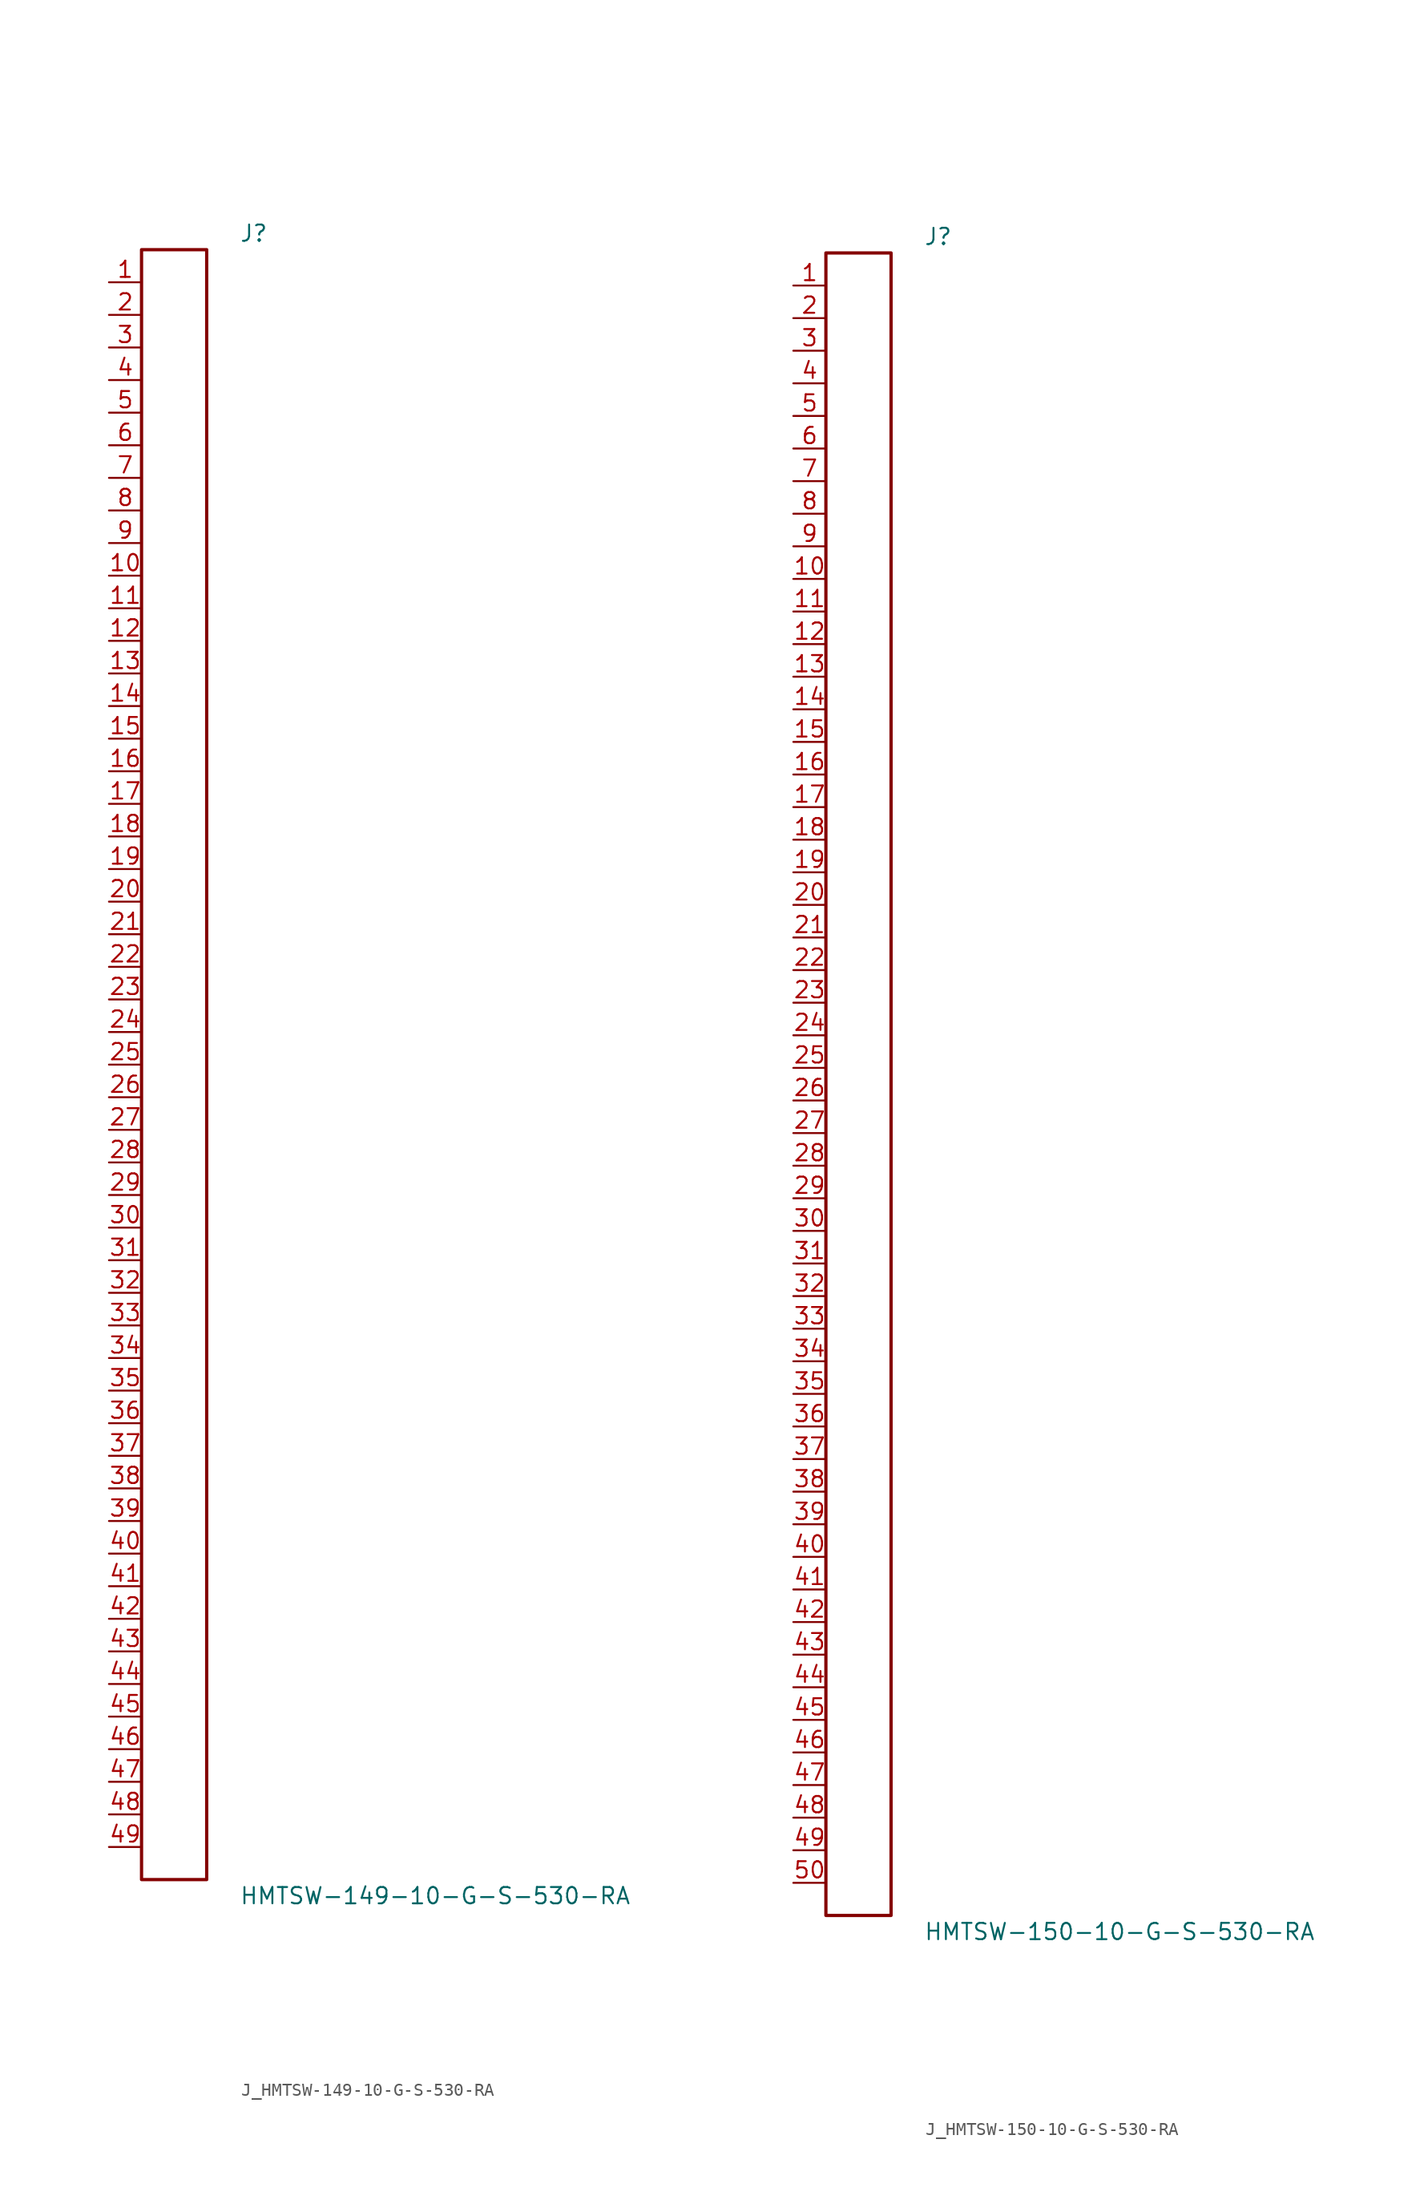
<source format=kicad_sym>
(kicad_symbol_lib
  (version 20231120)
  (generator kicad_symbol_editor)
  (generator_version 8.0)
  (symbol "J_HMTSW-149-10-G-S-530-RA"
    (pin_names
      (offset 0.254))
    (property "Reference" "J"
      (at 5.08 64.77 0)
      (effects (font (size 1.27 1.27)) (justify left)))
    (property "Value" "HMTSW-149-10-G-S-530-RA"
      (at 5.08 -64.77 0)
      (effects (font (size 1.27 1.27)) (justify left)))
    (symbol "J_HMTSW-149-10-G-S-530-RA_0_0"
      (pin unspecified line (at -5.08 60.96 0) (length 2.54) (name "" (effects (font (size 1.27 1.27)))) (number "1" (effects (font (size 1.27 1.27)))))
      (pin unspecified line (at -5.08 58.42 0) (length 2.54) (name "" (effects (font (size 1.27 1.27)))) (number "2" (effects (font (size 1.27 1.27)))))
      (pin unspecified line (at -5.08 55.88 0) (length 2.54) (name "" (effects (font (size 1.27 1.27)))) (number "3" (effects (font (size 1.27 1.27)))))
      (pin unspecified line (at -5.08 53.34 0) (length 2.54) (name "" (effects (font (size 1.27 1.27)))) (number "4" (effects (font (size 1.27 1.27)))))
      (pin unspecified line (at -5.08 50.8 0) (length 2.54) (name "" (effects (font (size 1.27 1.27)))) (number "5" (effects (font (size 1.27 1.27)))))
      (pin unspecified line (at -5.08 48.26 0) (length 2.54) (name "" (effects (font (size 1.27 1.27)))) (number "6" (effects (font (size 1.27 1.27)))))
      (pin unspecified line (at -5.08 45.72 0) (length 2.54) (name "" (effects (font (size 1.27 1.27)))) (number "7" (effects (font (size 1.27 1.27)))))
      (pin unspecified line (at -5.08 43.18 0) (length 2.54) (name "" (effects (font (size 1.27 1.27)))) (number "8" (effects (font (size 1.27 1.27)))))
      (pin unspecified line (at -5.08 40.64 0) (length 2.54) (name "" (effects (font (size 1.27 1.27)))) (number "9" (effects (font (size 1.27 1.27)))))
      (pin unspecified line (at -5.08 38.1 0) (length 2.54) (name "" (effects (font (size 1.27 1.27)))) (number "10" (effects (font (size 1.27 1.27)))))
      (pin unspecified line (at -5.08 35.56 0) (length 2.54) (name "" (effects (font (size 1.27 1.27)))) (number "11" (effects (font (size 1.27 1.27)))))
      (pin unspecified line (at -5.08 33.02 0) (length 2.54) (name "" (effects (font (size 1.27 1.27)))) (number "12" (effects (font (size 1.27 1.27)))))
      (pin unspecified line (at -5.08 30.48 0) (length 2.54) (name "" (effects (font (size 1.27 1.27)))) (number "13" (effects (font (size 1.27 1.27)))))
      (pin unspecified line (at -5.08 27.94 0) (length 2.54) (name "" (effects (font (size 1.27 1.27)))) (number "14" (effects (font (size 1.27 1.27)))))
      (pin unspecified line (at -5.08 25.4 0) (length 2.54) (name "" (effects (font (size 1.27 1.27)))) (number "15" (effects (font (size 1.27 1.27)))))
      (pin unspecified line (at -5.08 22.86 0) (length 2.54) (name "" (effects (font (size 1.27 1.27)))) (number "16" (effects (font (size 1.27 1.27)))))
      (pin unspecified line (at -5.08 20.32 0) (length 2.54) (name "" (effects (font (size 1.27 1.27)))) (number "17" (effects (font (size 1.27 1.27)))))
      (pin unspecified line (at -5.08 17.78 0) (length 2.54) (name "" (effects (font (size 1.27 1.27)))) (number "18" (effects (font (size 1.27 1.27)))))
      (pin unspecified line (at -5.08 15.24 0) (length 2.54) (name "" (effects (font (size 1.27 1.27)))) (number "19" (effects (font (size 1.27 1.27)))))
      (pin unspecified line (at -5.08 12.7 0) (length 2.54) (name "" (effects (font (size 1.27 1.27)))) (number "20" (effects (font (size 1.27 1.27)))))
      (pin unspecified line (at -5.08 10.16 0) (length 2.54) (name "" (effects (font (size 1.27 1.27)))) (number "21" (effects (font (size 1.27 1.27)))))
      (pin unspecified line (at -5.08 7.62 0) (length 2.54) (name "" (effects (font (size 1.27 1.27)))) (number "22" (effects (font (size 1.27 1.27)))))
      (pin unspecified line (at -5.08 5.08 0) (length 2.54) (name "" (effects (font (size 1.27 1.27)))) (number "23" (effects (font (size 1.27 1.27)))))
      (pin unspecified line (at -5.08 2.54 0) (length 2.54) (name "" (effects (font (size 1.27 1.27)))) (number "24" (effects (font (size 1.27 1.27)))))
      (pin unspecified line (at -5.08 0.0 0) (length 2.54) (name "" (effects (font (size 1.27 1.27)))) (number "25" (effects (font (size 1.27 1.27)))))
      (pin unspecified line (at -5.08 -2.54 0) (length 2.54) (name "" (effects (font (size 1.27 1.27)))) (number "26" (effects (font (size 1.27 1.27)))))
      (pin unspecified line (at -5.08 -5.08 0) (length 2.54) (name "" (effects (font (size 1.27 1.27)))) (number "27" (effects (font (size 1.27 1.27)))))
      (pin unspecified line (at -5.08 -7.62 0) (length 2.54) (name "" (effects (font (size 1.27 1.27)))) (number "28" (effects (font (size 1.27 1.27)))))
      (pin unspecified line (at -5.08 -10.16 0) (length 2.54) (name "" (effects (font (size 1.27 1.27)))) (number "29" (effects (font (size 1.27 1.27)))))
      (pin unspecified line (at -5.08 -12.7 0) (length 2.54) (name "" (effects (font (size 1.27 1.27)))) (number "30" (effects (font (size 1.27 1.27)))))
      (pin unspecified line (at -5.08 -15.24 0) (length 2.54) (name "" (effects (font (size 1.27 1.27)))) (number "31" (effects (font (size 1.27 1.27)))))
      (pin unspecified line (at -5.08 -17.78 0) (length 2.54) (name "" (effects (font (size 1.27 1.27)))) (number "32" (effects (font (size 1.27 1.27)))))
      (pin unspecified line (at -5.08 -20.32 0) (length 2.54) (name "" (effects (font (size 1.27 1.27)))) (number "33" (effects (font (size 1.27 1.27)))))
      (pin unspecified line (at -5.08 -22.86 0) (length 2.54) (name "" (effects (font (size 1.27 1.27)))) (number "34" (effects (font (size 1.27 1.27)))))
      (pin unspecified line (at -5.08 -25.4 0) (length 2.54) (name "" (effects (font (size 1.27 1.27)))) (number "35" (effects (font (size 1.27 1.27)))))
      (pin unspecified line (at -5.08 -27.94 0) (length 2.54) (name "" (effects (font (size 1.27 1.27)))) (number "36" (effects (font (size 1.27 1.27)))))
      (pin unspecified line (at -5.08 -30.48 0) (length 2.54) (name "" (effects (font (size 1.27 1.27)))) (number "37" (effects (font (size 1.27 1.27)))))
      (pin unspecified line (at -5.08 -33.02 0) (length 2.54) (name "" (effects (font (size 1.27 1.27)))) (number "38" (effects (font (size 1.27 1.27)))))
      (pin unspecified line (at -5.08 -35.56 0) (length 2.54) (name "" (effects (font (size 1.27 1.27)))) (number "39" (effects (font (size 1.27 1.27)))))
      (pin unspecified line (at -5.08 -38.1 0) (length 2.54) (name "" (effects (font (size 1.27 1.27)))) (number "40" (effects (font (size 1.27 1.27)))))
      (pin unspecified line (at -5.08 -40.64 0) (length 2.54) (name "" (effects (font (size 1.27 1.27)))) (number "41" (effects (font (size 1.27 1.27)))))
      (pin unspecified line (at -5.08 -43.18 0) (length 2.54) (name "" (effects (font (size 1.27 1.27)))) (number "42" (effects (font (size 1.27 1.27)))))
      (pin unspecified line (at -5.08 -45.72 0) (length 2.54) (name "" (effects (font (size 1.27 1.27)))) (number "43" (effects (font (size 1.27 1.27)))))
      (pin unspecified line (at -5.08 -48.26 0) (length 2.54) (name "" (effects (font (size 1.27 1.27)))) (number "44" (effects (font (size 1.27 1.27)))))
      (pin unspecified line (at -5.08 -50.8 0) (length 2.54) (name "" (effects (font (size 1.27 1.27)))) (number "45" (effects (font (size 1.27 1.27)))))
      (pin unspecified line (at -5.08 -53.34 0) (length 2.54) (name "" (effects (font (size 1.27 1.27)))) (number "46" (effects (font (size 1.27 1.27)))))
      (pin unspecified line (at -5.08 -55.88 0) (length 2.54) (name "" (effects (font (size 1.27 1.27)))) (number "47" (effects (font (size 1.27 1.27)))))
      (pin unspecified line (at -5.08 -58.42 0) (length 2.54) (name "" (effects (font (size 1.27 1.27)))) (number "48" (effects (font (size 1.27 1.27)))))
      (pin unspecified line (at -5.08 -60.96 0) (length 2.54) (name "" (effects (font (size 1.27 1.27)))) (number "49" (effects (font (size 1.27 1.27))))))
    (symbol "J_HMTSW-149-10-G-S-530-RA_1_0"
      (rectangle (start -2.54 63.5) (end 2.54 -63.5) (stroke (width 0.254) (type solid)) (fill (type none)))))
  (symbol "J_HMTSW-150-10-G-S-530-RA"
    (pin_names
      (offset 0.254))
    (property "Reference" "J"
      (at 5.08 66.04 0)
      (effects (font (size 1.27 1.27)) (justify left)))
    (property "Value" "HMTSW-150-10-G-S-530-RA"
      (at 5.08 -66.04 0)
      (effects (font (size 1.27 1.27)) (justify left)))
    (symbol "J_HMTSW-150-10-G-S-530-RA_0_0"
      (pin unspecified line (at -5.08 62.23 0) (length 2.54) (name "" (effects (font (size 1.27 1.27)))) (number "1" (effects (font (size 1.27 1.27)))))
      (pin unspecified line (at -5.08 59.69 0) (length 2.54) (name "" (effects (font (size 1.27 1.27)))) (number "2" (effects (font (size 1.27 1.27)))))
      (pin unspecified line (at -5.08 57.15 0) (length 2.54) (name "" (effects (font (size 1.27 1.27)))) (number "3" (effects (font (size 1.27 1.27)))))
      (pin unspecified line (at -5.08 54.61 0) (length 2.54) (name "" (effects (font (size 1.27 1.27)))) (number "4" (effects (font (size 1.27 1.27)))))
      (pin unspecified line (at -5.08 52.07 0) (length 2.54) (name "" (effects (font (size 1.27 1.27)))) (number "5" (effects (font (size 1.27 1.27)))))
      (pin unspecified line (at -5.08 49.53 0) (length 2.54) (name "" (effects (font (size 1.27 1.27)))) (number "6" (effects (font (size 1.27 1.27)))))
      (pin unspecified line (at -5.08 46.99 0) (length 2.54) (name "" (effects (font (size 1.27 1.27)))) (number "7" (effects (font (size 1.27 1.27)))))
      (pin unspecified line (at -5.08 44.45 0) (length 2.54) (name "" (effects (font (size 1.27 1.27)))) (number "8" (effects (font (size 1.27 1.27)))))
      (pin unspecified line (at -5.08 41.91 0) (length 2.54) (name "" (effects (font (size 1.27 1.27)))) (number "9" (effects (font (size 1.27 1.27)))))
      (pin unspecified line (at -5.08 39.37 0) (length 2.54) (name "" (effects (font (size 1.27 1.27)))) (number "10" (effects (font (size 1.27 1.27)))))
      (pin unspecified line (at -5.08 36.83 0) (length 2.54) (name "" (effects (font (size 1.27 1.27)))) (number "11" (effects (font (size 1.27 1.27)))))
      (pin unspecified line (at -5.08 34.29 0) (length 2.54) (name "" (effects (font (size 1.27 1.27)))) (number "12" (effects (font (size 1.27 1.27)))))
      (pin unspecified line (at -5.08 31.75 0) (length 2.54) (name "" (effects (font (size 1.27 1.27)))) (number "13" (effects (font (size 1.27 1.27)))))
      (pin unspecified line (at -5.08 29.21 0) (length 2.54) (name "" (effects (font (size 1.27 1.27)))) (number "14" (effects (font (size 1.27 1.27)))))
      (pin unspecified line (at -5.08 26.67 0) (length 2.54) (name "" (effects (font (size 1.27 1.27)))) (number "15" (effects (font (size 1.27 1.27)))))
      (pin unspecified line (at -5.08 24.13 0) (length 2.54) (name "" (effects (font (size 1.27 1.27)))) (number "16" (effects (font (size 1.27 1.27)))))
      (pin unspecified line (at -5.08 21.59 0) (length 2.54) (name "" (effects (font (size 1.27 1.27)))) (number "17" (effects (font (size 1.27 1.27)))))
      (pin unspecified line (at -5.08 19.05 0) (length 2.54) (name "" (effects (font (size 1.27 1.27)))) (number "18" (effects (font (size 1.27 1.27)))))
      (pin unspecified line (at -5.08 16.51 0) (length 2.54) (name "" (effects (font (size 1.27 1.27)))) (number "19" (effects (font (size 1.27 1.27)))))
      (pin unspecified line (at -5.08 13.97 0) (length 2.54) (name "" (effects (font (size 1.27 1.27)))) (number "20" (effects (font (size 1.27 1.27)))))
      (pin unspecified line (at -5.08 11.43 0) (length 2.54) (name "" (effects (font (size 1.27 1.27)))) (number "21" (effects (font (size 1.27 1.27)))))
      (pin unspecified line (at -5.08 8.89 0) (length 2.54) (name "" (effects (font (size 1.27 1.27)))) (number "22" (effects (font (size 1.27 1.27)))))
      (pin unspecified line (at -5.08 6.35 0) (length 2.54) (name "" (effects (font (size 1.27 1.27)))) (number "23" (effects (font (size 1.27 1.27)))))
      (pin unspecified line (at -5.08 3.81 0) (length 2.54) (name "" (effects (font (size 1.27 1.27)))) (number "24" (effects (font (size 1.27 1.27)))))
      (pin unspecified line (at -5.08 1.27 0) (length 2.54) (name "" (effects (font (size 1.27 1.27)))) (number "25" (effects (font (size 1.27 1.27)))))
      (pin unspecified line (at -5.08 -1.27 0) (length 2.54) (name "" (effects (font (size 1.27 1.27)))) (number "26" (effects (font (size 1.27 1.27)))))
      (pin unspecified line (at -5.08 -3.81 0) (length 2.54) (name "" (effects (font (size 1.27 1.27)))) (number "27" (effects (font (size 1.27 1.27)))))
      (pin unspecified line (at -5.08 -6.35 0) (length 2.54) (name "" (effects (font (size 1.27 1.27)))) (number "28" (effects (font (size 1.27 1.27)))))
      (pin unspecified line (at -5.08 -8.89 0) (length 2.54) (name "" (effects (font (size 1.27 1.27)))) (number "29" (effects (font (size 1.27 1.27)))))
      (pin unspecified line (at -5.08 -11.43 0) (length 2.54) (name "" (effects (font (size 1.27 1.27)))) (number "30" (effects (font (size 1.27 1.27)))))
      (pin unspecified line (at -5.08 -13.97 0) (length 2.54) (name "" (effects (font (size 1.27 1.27)))) (number "31" (effects (font (size 1.27 1.27)))))
      (pin unspecified line (at -5.08 -16.51 0) (length 2.54) (name "" (effects (font (size 1.27 1.27)))) (number "32" (effects (font (size 1.27 1.27)))))
      (pin unspecified line (at -5.08 -19.05 0) (length 2.54) (name "" (effects (font (size 1.27 1.27)))) (number "33" (effects (font (size 1.27 1.27)))))
      (pin unspecified line (at -5.08 -21.59 0) (length 2.54) (name "" (effects (font (size 1.27 1.27)))) (number "34" (effects (font (size 1.27 1.27)))))
      (pin unspecified line (at -5.08 -24.13 0) (length 2.54) (name "" (effects (font (size 1.27 1.27)))) (number "35" (effects (font (size 1.27 1.27)))))
      (pin unspecified line (at -5.08 -26.67 0) (length 2.54) (name "" (effects (font (size 1.27 1.27)))) (number "36" (effects (font (size 1.27 1.27)))))
      (pin unspecified line (at -5.08 -29.21 0) (length 2.54) (name "" (effects (font (size 1.27 1.27)))) (number "37" (effects (font (size 1.27 1.27)))))
      (pin unspecified line (at -5.08 -31.75 0) (length 2.54) (name "" (effects (font (size 1.27 1.27)))) (number "38" (effects (font (size 1.27 1.27)))))
      (pin unspecified line (at -5.08 -34.29 0) (length 2.54) (name "" (effects (font (size 1.27 1.27)))) (number "39" (effects (font (size 1.27 1.27)))))
      (pin unspecified line (at -5.08 -36.83 0) (length 2.54) (name "" (effects (font (size 1.27 1.27)))) (number "40" (effects (font (size 1.27 1.27)))))
      (pin unspecified line (at -5.08 -39.37 0) (length 2.54) (name "" (effects (font (size 1.27 1.27)))) (number "41" (effects (font (size 1.27 1.27)))))
      (pin unspecified line (at -5.08 -41.91 0) (length 2.54) (name "" (effects (font (size 1.27 1.27)))) (number "42" (effects (font (size 1.27 1.27)))))
      (pin unspecified line (at -5.08 -44.45 0) (length 2.54) (name "" (effects (font (size 1.27 1.27)))) (number "43" (effects (font (size 1.27 1.27)))))
      (pin unspecified line (at -5.08 -46.99 0) (length 2.54) (name "" (effects (font (size 1.27 1.27)))) (number "44" (effects (font (size 1.27 1.27)))))
      (pin unspecified line (at -5.08 -49.53 0) (length 2.54) (name "" (effects (font (size 1.27 1.27)))) (number "45" (effects (font (size 1.27 1.27)))))
      (pin unspecified line (at -5.08 -52.07 0) (length 2.54) (name "" (effects (font (size 1.27 1.27)))) (number "46" (effects (font (size 1.27 1.27)))))
      (pin unspecified line (at -5.08 -54.61 0) (length 2.54) (name "" (effects (font (size 1.27 1.27)))) (number "47" (effects (font (size 1.27 1.27)))))
      (pin unspecified line (at -5.08 -57.15 0) (length 2.54) (name "" (effects (font (size 1.27 1.27)))) (number "48" (effects (font (size 1.27 1.27)))))
      (pin unspecified line (at -5.08 -59.69 0) (length 2.54) (name "" (effects (font (size 1.27 1.27)))) (number "49" (effects (font (size 1.27 1.27)))))
      (pin unspecified line (at -5.08 -62.23 0) (length 2.54) (name "" (effects (font (size 1.27 1.27)))) (number "50" (effects (font (size 1.27 1.27))))))
    (symbol "J_HMTSW-150-10-G-S-530-RA_1_0"
      (rectangle (start -2.54 64.77) (end 2.54 -64.77) (stroke (width 0.254) (type solid)) (fill (type none))))))
</source>
